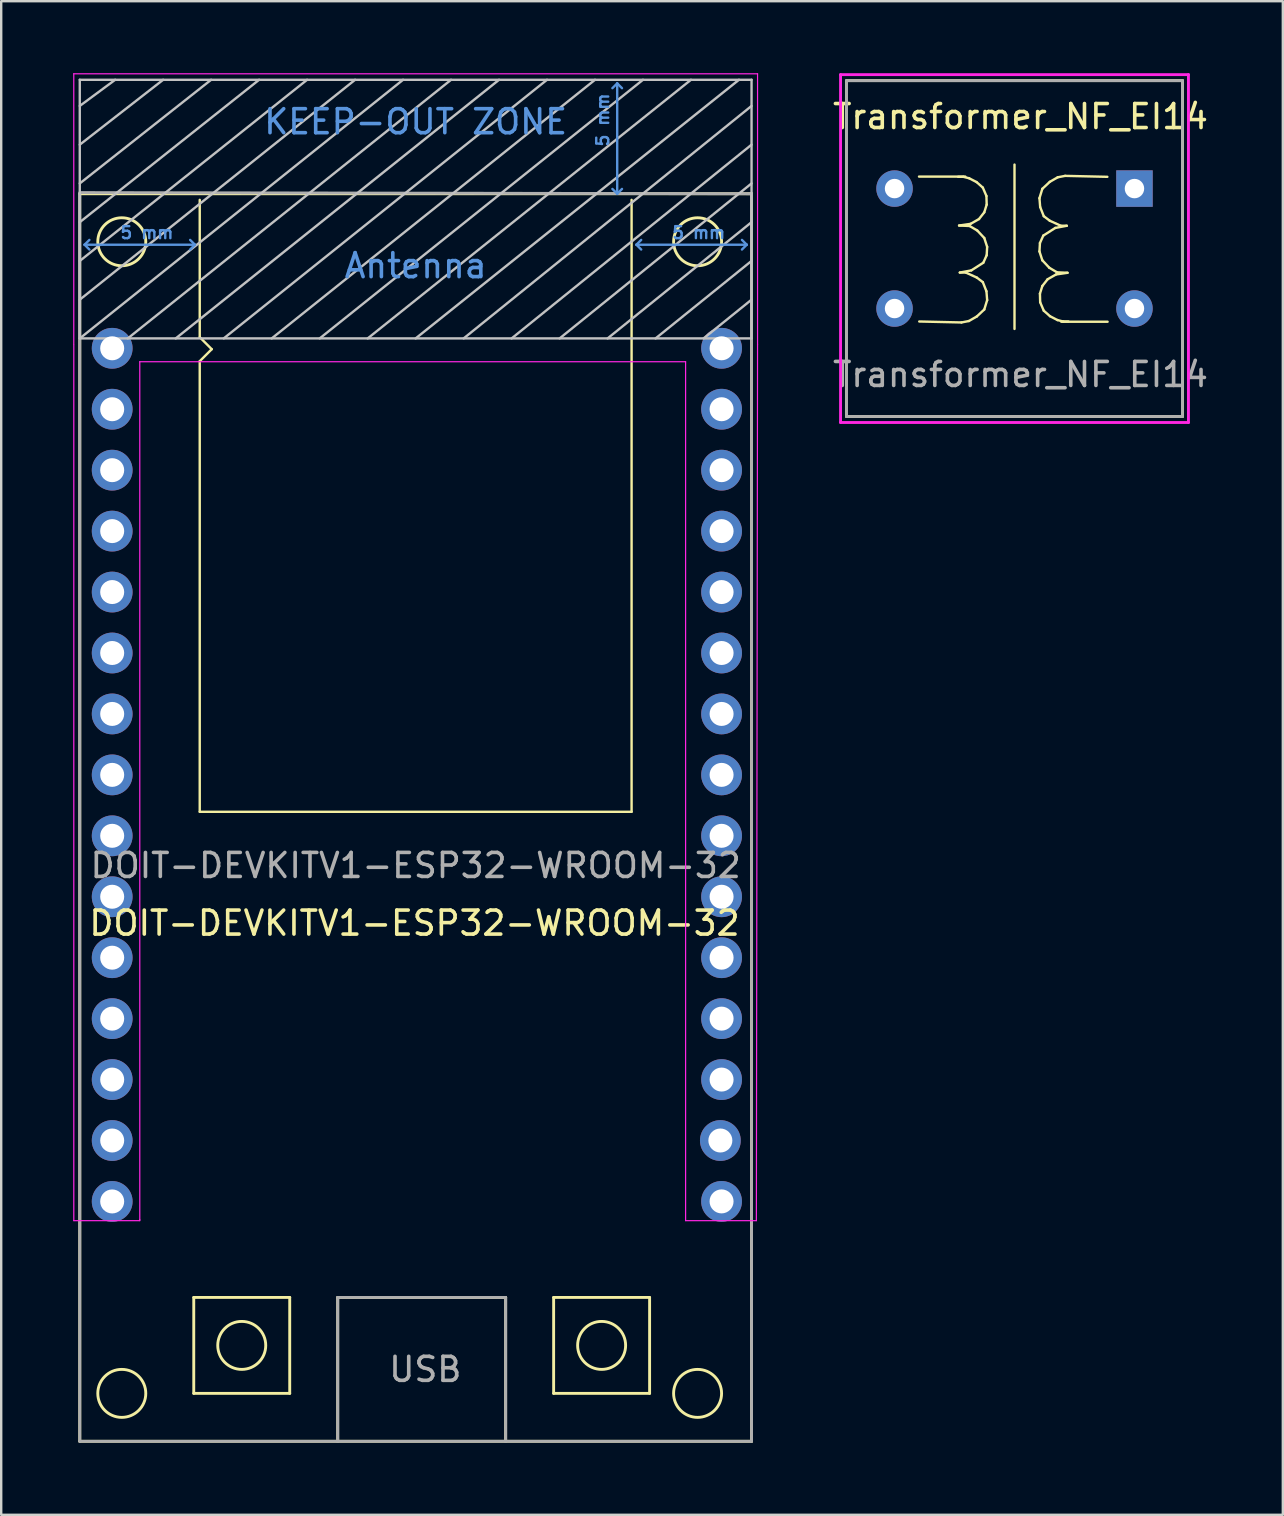
<source format=kicad_pcb>
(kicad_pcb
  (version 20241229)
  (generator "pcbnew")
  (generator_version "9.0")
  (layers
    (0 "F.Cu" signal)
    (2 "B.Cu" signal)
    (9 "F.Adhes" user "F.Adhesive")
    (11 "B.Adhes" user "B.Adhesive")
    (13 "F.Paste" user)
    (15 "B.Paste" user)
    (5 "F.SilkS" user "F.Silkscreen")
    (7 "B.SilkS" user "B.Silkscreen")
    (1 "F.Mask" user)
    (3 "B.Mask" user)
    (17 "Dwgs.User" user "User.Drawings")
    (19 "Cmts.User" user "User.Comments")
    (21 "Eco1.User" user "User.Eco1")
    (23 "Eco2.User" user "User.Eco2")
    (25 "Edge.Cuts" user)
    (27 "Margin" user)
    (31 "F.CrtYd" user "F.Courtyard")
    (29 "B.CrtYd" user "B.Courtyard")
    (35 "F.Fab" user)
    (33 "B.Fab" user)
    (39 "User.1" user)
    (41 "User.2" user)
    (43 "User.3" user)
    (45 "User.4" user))
  (footprint "Transformer_NF_EI14"
    (layer "F.Cu")
    (at 44.235 4.81)
    (property "Reference" "Transformer_NF_EI14" (at -4.75 -3 0) (layer "F.SilkS") (effects (font (size 1 1) (thickness 0.15))))
    (attr through_hole)
    (fp_line (start -12 -4.5) (end 2 -4.5) (stroke (width 0.12) (type solid)) (layer "F.SilkS"))
    (fp_line (start -12 9.5) (end -12 -4.5) (stroke (width 0.12) (type solid)) (layer "F.SilkS"))
    (fp_line (start -8.97 5.54) (end -7.21 5.58) (stroke (width 0.1) (type solid)) (layer "F.SilkS"))
    (fp_line (start -7.31 1.54) (end -6.83 1.47) (stroke (width 0.1) (type solid)) (layer "F.SilkS"))
    (fp_line (start -7.28 3.5) (end -6.8 3.41) (stroke (width 0.1) (type solid)) (layer "F.SilkS"))
    (fp_line (start -7.21 5.58) (end -6.9 5.52) (stroke (width 0.1) (type solid)) (layer "F.SilkS"))
    (fp_line (start -7.13 -0.49) (end -7.35 -0.49) (stroke (width 0.1) (type solid)) (layer "F.SilkS"))
    (fp_line (start -7.05 -0.5) (end -8.98 -0.5) (stroke (width 0.1) (type solid)) (layer "F.SilkS"))
    (fp_line (start -7.03 3.5) (end -7.28 3.5) (stroke (width 0.1) (type solid)) (layer "F.SilkS"))
    (fp_line (start -6.9 5.52) (end -6.57 5.33) (stroke (width 0.1) (type solid)) (layer "F.SilkS"))
    (fp_line (start -6.89 -0.43) (end -7.13 -0.49) (stroke (width 0.1) (type solid)) (layer "F.SilkS"))
    (fp_line (start -6.87 1.56) (end -7.31 1.54) (stroke (width 0.1) (type solid)) (layer "F.SilkS"))
    (fp_line (start -6.83 1.47) (end -6.48 1.27) (stroke (width 0.1) (type solid)) (layer "F.SilkS"))
    (fp_line (start -6.8 3.41) (end -6.3 3.09) (stroke (width 0.1) (type solid)) (layer "F.SilkS"))
    (fp_line (start -6.58 -0.27) (end -6.89 -0.43) (stroke (width 0.1) (type solid)) (layer "F.SilkS"))
    (fp_line (start -6.57 3.71) (end -7.03 3.5) (stroke (width 0.1) (type solid)) (layer "F.SilkS"))
    (fp_line (start -6.57 5.33) (end -6.26 5.04) (stroke (width 0.1) (type solid)) (layer "F.SilkS"))
    (fp_line (start -6.55 1.75) (end -6.87 1.56) (stroke (width 0.1) (type solid)) (layer "F.SilkS"))
    (fp_line (start -6.48 1.27) (end -6.26 0.99) (stroke (width 0.1) (type solid)) (layer "F.SilkS"))
    (fp_line (start -6.32 -0.04) (end -6.58 -0.27) (stroke (width 0.1) (type solid)) (layer "F.SilkS"))
    (fp_line (start -6.32 3.9) (end -6.57 3.71) (stroke (width 0.1) (type solid)) (layer "F.SilkS"))
    (fp_line (start -6.3 3.09) (end -6.16 2.78) (stroke (width 0.1) (type solid)) (layer "F.SilkS"))
    (fp_line (start -6.26 0.99) (end -6.16 0.67) (stroke (width 0.1) (type solid)) (layer "F.SilkS"))
    (fp_line (start -6.26 2.06) (end -6.55 1.75) (stroke (width 0.1) (type solid)) (layer "F.SilkS"))
    (fp_line (start -6.26 5.04) (end -6.14 4.65) (stroke (width 0.1) (type solid)) (layer "F.SilkS"))
    (fp_line (start -6.17 0.31) (end -6.32 -0.04) (stroke (width 0.1) (type solid)) (layer "F.SilkS"))
    (fp_line (start -6.17 4.28) (end -6.32 3.9) (stroke (width 0.1) (type solid)) (layer "F.SilkS"))
    (fp_line (start -6.16 0.67) (end -6.17 0.31) (stroke (width 0.1) (type solid)) (layer "F.SilkS"))
    (fp_line (start -6.16 2.78) (end -6.14 2.43) (stroke (width 0.1) (type solid)) (layer "F.SilkS"))
    (fp_line (start -6.14 2.43) (end -6.26 2.06) (stroke (width 0.1) (type solid)) (layer "F.SilkS"))
    (fp_line (start -6.14 4.65) (end -6.17 4.28) (stroke (width 0.1) (type solid)) (layer "F.SilkS"))
    (fp_line (start -5 -1) (end -5 5.85) (stroke (width 0.1) (type solid)) (layer "F.SilkS"))
    (fp_line (start -3.96 0.4) (end -3.93 0.77) (stroke (width 0.1) (type solid)) (layer "F.SilkS"))
    (fp_line (start -3.96 2.62) (end -3.84 2.99) (stroke (width 0.1) (type solid)) (layer "F.SilkS"))
    (fp_line (start -3.94 2.27) (end -3.96 2.62) (stroke (width 0.1) (type solid)) (layer "F.SilkS"))
    (fp_line (start -3.94 4.38) (end -3.93 4.74) (stroke (width 0.1) (type solid)) (layer "F.SilkS"))
    (fp_line (start -3.93 0.77) (end -3.78 1.15) (stroke (width 0.1) (type solid)) (layer "F.SilkS"))
    (fp_line (start -3.93 4.74) (end -3.78 5.09) (stroke (width 0.1) (type solid)) (layer "F.SilkS"))
    (fp_line (start -3.84 0.01) (end -3.96 0.4) (stroke (width 0.1) (type solid)) (layer "F.SilkS"))
    (fp_line (start -3.84 2.99) (end -3.55 3.3) (stroke (width 0.1) (type solid)) (layer "F.SilkS"))
    (fp_line (start -3.84 4.06) (end -3.94 4.38) (stroke (width 0.1) (type solid)) (layer "F.SilkS"))
    (fp_line (start -3.8 1.96) (end -3.94 2.27) (stroke (width 0.1) (type solid)) (layer "F.SilkS"))
    (fp_line (start -3.78 1.15) (end -3.53 1.34) (stroke (width 0.1) (type solid)) (layer "F.SilkS"))
    (fp_line (start -3.78 5.09) (end -3.52 5.32) (stroke (width 0.1) (type solid)) (layer "F.SilkS"))
    (fp_line (start -3.62 3.78) (end -3.84 4.06) (stroke (width 0.1) (type solid)) (layer "F.SilkS"))
    (fp_line (start -3.55 3.3) (end -3.23 3.49) (stroke (width 0.1) (type solid)) (layer "F.SilkS"))
    (fp_line (start -3.53 -0.28) (end -3.84 0.01) (stroke (width 0.1) (type solid)) (layer "F.SilkS"))
    (fp_line (start -3.53 1.34) (end -3.07 1.55) (stroke (width 0.1) (type solid)) (layer "F.SilkS"))
    (fp_line (start -3.52 5.32) (end -3.21 5.48) (stroke (width 0.1) (type solid)) (layer "F.SilkS"))
    (fp_line (start -3.3 1.64) (end -3.8 1.96) (stroke (width 0.1) (type solid)) (layer "F.SilkS"))
    (fp_line (start -3.27 3.58) (end -3.62 3.78) (stroke (width 0.1) (type solid)) (layer "F.SilkS"))
    (fp_line (start -3.23 3.49) (end -2.79 3.51) (stroke (width 0.1) (type solid)) (layer "F.SilkS"))
    (fp_line (start -3.21 5.48) (end -2.97 5.54) (stroke (width 0.1) (type solid)) (layer "F.SilkS"))
    (fp_line (start -3.2 -0.47) (end -3.53 -0.28) (stroke (width 0.1) (type solid)) (layer "F.SilkS"))
    (fp_line (start -3.07 1.55) (end -2.82 1.55) (stroke (width 0.1) (type solid)) (layer "F.SilkS"))
    (fp_line (start -3.05 5.55) (end -1.12 5.55) (stroke (width 0.1) (type solid)) (layer "F.SilkS"))
    (fp_line (start -2.97 5.54) (end -2.75 5.54) (stroke (width 0.1) (type solid)) (layer "F.SilkS"))
    (fp_line (start -2.89 -0.53) (end -3.2 -0.47) (stroke (width 0.1) (type solid)) (layer "F.SilkS"))
    (fp_line (start -2.82 1.55) (end -3.3 1.64) (stroke (width 0.1) (type solid)) (layer "F.SilkS"))
    (fp_line (start -2.79 3.51) (end -3.27 3.58) (stroke (width 0.1) (type solid)) (layer "F.SilkS"))
    (fp_line (start -1.13 -0.49) (end -2.89 -0.53) (stroke (width 0.1) (type solid)) (layer "F.SilkS"))
    (fp_line (start 2 -4.5) (end 2 9.5) (stroke (width 0.12) (type solid)) (layer "F.SilkS"))
    (fp_line (start 2 9.5) (end -12 9.5) (stroke (width 0.12) (type solid)) (layer "F.SilkS"))
    (fp_line (start -12.25 -4.75) (end 2.25 -4.75) (stroke (width 0.12) (type solid)) (layer "F.CrtYd"))
    (fp_line (start -12.25 9.75) (end -12.25 -4.75) (stroke (width 0.12) (type solid)) (layer "F.CrtYd"))
    (fp_line (start 2.25 -4.75) (end 2.25 9.75) (stroke (width 0.12) (type solid)) (layer "F.CrtYd"))
    (fp_line (start 2.25 9.75) (end -12.25 9.75) (stroke (width 0.12) (type solid)) (layer "F.CrtYd"))
    (fp_line (start -12 -4.5) (end 2 -4.5) (stroke (width 0.12) (type solid)) (layer "F.Fab"))
    (fp_line (start -12 9.5) (end -12 -4.5) (stroke (width 0.12) (type solid)) (layer "F.Fab"))
    (fp_line (start 2 -4.5) (end 2 9.5) (stroke (width 0.12) (type solid)) (layer "F.Fab"))
    (fp_line (start 2 9.5) (end -12 9.5) (stroke (width 0.12) (type solid)) (layer "F.Fab"))
    (fp_text user "${REFERENCE}" (at -4.75 7.75 0) (layer "F.Fab") (effects (font (size 1 1) (thickness 0.15))))
    (pad "1" thru_hole rect (at 0 0) (size 1.52 1.52) (drill 0.81) (layers "*.Cu" "*.Mask"))
    (pad "2" thru_hole circle (at 0 5) (size 1.52 1.52) (drill 0.81) (layers "*.Cu" "*.Mask"))
    (pad "3" thru_hole circle (at -10 5) (size 1.52 1.52) (drill 0.81) (layers "*.Cu" "*.Mask"))
    (pad "4" thru_hole circle (at -10 0) (size 1.52 1.52) (drill 0.81) (layers "*.Cu" "*.Mask")))
  (footprint "DOIT-DEVKITV1-ESP32-WROOM-32"
    (layer "F.Cu")
    (at 14.275 31.025)
    (property "Reference" "DOIT-DEVKITV1-ESP32-WROOM-32" (at -0.049 4.402 180) (layer "F.SilkS") (effects (font (size 1 1) (thickness 0.15))))
    (attr smd)
    (fp_line (start -14 -26) (end 14 -26) (stroke (width 0.12) (type solid)) (layer "F.SilkS"))
    (fp_line (start -14 26) (end -14 -26) (stroke (width 0.12) (type solid)) (layer "F.SilkS"))
    (fp_line (start -9.249 20.002) (end -5.249 20.002) (stroke (width 0.12) (type solid)) (layer "F.SilkS"))
    (fp_line (start -9.249 24.002) (end -9.249 20.002) (stroke (width 0.12) (type solid)) (layer "F.SilkS"))
    (fp_line (start -9 -25.745) (end -9 -20.02) (stroke (width 0.1) (type solid)) (layer "F.SilkS"))
    (fp_line (start -9 -19.02) (end -9 -0.24) (stroke (width 0.1) (type solid)) (layer "F.SilkS"))
    (fp_line (start -9 -19.02) (end -8.5 -19.52) (stroke (width 0.1) (type solid)) (layer "F.SilkS"))
    (fp_line (start -9 -0.24) (end 9 -0.24) (stroke (width 0.1) (type solid)) (layer "F.SilkS"))
    (fp_line (start -8.5 -19.52) (end -9 -20.02) (stroke (width 0.1) (type solid)) (layer "F.SilkS"))
    (fp_line (start -5.249 20.002) (end -5.249 24.002) (stroke (width 0.12) (type solid)) (layer "F.SilkS"))
    (fp_line (start -5.249 24.002) (end -9.249 24.002) (stroke (width 0.12) (type solid)) (layer "F.SilkS"))
    (fp_line (start -3.249 20.002) (end 3.751 20.002) (stroke (width 0.12) (type solid)) (layer "F.SilkS"))
    (fp_line (start -3.249 26.002) (end -3.249 20.002) (stroke (width 0.12) (type solid)) (layer "F.SilkS"))
    (fp_line (start 3.751 20.002) (end 3.751 26.002) (stroke (width 0.12) (type solid)) (layer "F.SilkS"))
    (fp_line (start 5.751 20.002) (end 9.751 20.002) (stroke (width 0.12) (type solid)) (layer "F.SilkS"))
    (fp_line (start 5.751 24.002) (end 5.751 20.002) (stroke (width 0.12) (type solid)) (layer "F.SilkS"))
    (fp_line (start 9 -0.24) (end 9 -25.745) (stroke (width 0.1) (type solid)) (layer "F.SilkS"))
    (fp_line (start 9.751 20.002) (end 9.751 24.002) (stroke (width 0.12) (type solid)) (layer "F.SilkS"))
    (fp_line (start 9.751 24.002) (end 5.751 24.002) (stroke (width 0.12) (type solid)) (layer "F.SilkS"))
    (fp_line (start 14 -26) (end 14 26) (stroke (width 0.12) (type solid)) (layer "F.SilkS"))
    (fp_line (start 14 26) (end -14 26) (stroke (width 0.12) (type solid)) (layer "F.SilkS"))
    (fp_circle (center -12.249 -23.998) (end -11.249 -23.998) (stroke (width 0.12) (type solid)) (fill no) (layer "F.SilkS"))
    (fp_circle (center -12.249 24.002) (end -11.249 24.002) (stroke (width 0.12) (type solid)) (fill no) (layer "F.SilkS"))
    (fp_circle (center -7.249 22.002) (end -6.249 22.002) (stroke (width 0.12) (type solid)) (fill no) (layer "F.SilkS"))
    (fp_circle (center 7.751 22.002) (end 8.751 22.002) (stroke (width 0.12) (type solid)) (fill no) (layer "F.SilkS"))
    (fp_circle (center 11.751 -23.998) (end 12.751 -23.998) (stroke (width 0.12) (type solid)) (fill no) (layer "F.SilkS"))
    (fp_circle (center 11.751 24.002) (end 12.751 24.002) (stroke (width 0.12) (type solid)) (fill no) (layer "F.SilkS"))
    (fp_line (start -14 -19.97) (end -14 -30.75) (stroke (width 0.1) (type solid)) (layer "Dwgs.User"))
    (fp_line (start -12.525 -30.75) (end -14 -29.66) (stroke (width 0.1) (type solid)) (layer "Dwgs.User"))
    (fp_line (start -10.525 -30.75) (end -14 -28.045) (stroke (width 0.1) (type solid)) (layer "Dwgs.User"))
    (fp_line (start -8.525 -30.75) (end -14 -26.43) (stroke (width 0.1) (type solid)) (layer "Dwgs.User"))
    (fp_line (start -8 -19.97) (end 5.475 -30.75) (stroke (width 0.1) (type solid)) (layer "Dwgs.User"))
    (fp_line (start -6.525 -30.75) (end -14 -24.815) (stroke (width 0.1) (type solid)) (layer "Dwgs.User"))
    (fp_line (start -4.525 -30.75) (end -14 -23.2) (stroke (width 0.1) (type solid)) (layer "Dwgs.User"))
    (fp_line (start -2.525 -30.75) (end -14 -21.585) (stroke (width 0.1) (type solid)) (layer "Dwgs.User"))
    (fp_line (start -0.525 -30.75) (end -14 -19.97) (stroke (width 0.1) (type solid)) (layer "Dwgs.User"))
    (fp_line (start 1.475 -30.75) (end -12 -19.97) (stroke (width 0.1) (type solid)) (layer "Dwgs.User"))
    (fp_line (start 3.475 -30.75) (end -10 -19.97) (stroke (width 0.1) (type solid)) (layer "Dwgs.User"))
    (fp_line (start 7.475 -30.75) (end -6 -19.97) (stroke (width 0.1) (type solid)) (layer "Dwgs.User"))
    (fp_line (start 9.475 -30.75) (end -4 -19.97) (stroke (width 0.1) (type solid)) (layer "Dwgs.User"))
    (fp_line (start 11.475 -30.75) (end -2 -19.97) (stroke (width 0.1) (type solid)) (layer "Dwgs.User"))
    (fp_line (start 13.475 -30.75) (end 0 -19.97) (stroke (width 0.1) (type solid)) (layer "Dwgs.User"))
    (fp_line (start 14 -30.75) (end -14 -30.75) (stroke (width 0.1) (type solid)) (layer "Dwgs.User"))
    (fp_line (start 14 -29.66) (end 2 -19.97) (stroke (width 0.1) (type solid)) (layer "Dwgs.User"))
    (fp_line (start 14 -28.045) (end 4 -19.97) (stroke (width 0.1) (type solid)) (layer "Dwgs.User"))
    (fp_line (start 14 -26.43) (end 6 -19.97) (stroke (width 0.1) (type solid)) (layer "Dwgs.User"))
    (fp_line (start 14 -24.815) (end 8 -19.97) (stroke (width 0.1) (type solid)) (layer "Dwgs.User"))
    (fp_line (start 14 -23.2) (end 10 -19.97) (stroke (width 0.1) (type solid)) (layer "Dwgs.User"))
    (fp_line (start 14 -21.585) (end 12 -19.97) (stroke (width 0.1) (type solid)) (layer "Dwgs.User"))
    (fp_line (start 14 -19.97) (end -14 -19.97) (stroke (width 0.1) (type solid)) (layer "Dwgs.User"))
    (fp_line (start 14 -19.97) (end 14 -30.75) (stroke (width 0.1) (type solid)) (layer "Dwgs.User"))
    (fp_line (start -13.8 -23.875) (end -13.6 -24.075) (stroke (width 0.1) (type solid)) (layer "Cmts.User"))
    (fp_line (start -13.8 -23.875) (end -13.6 -23.675) (stroke (width 0.1) (type solid)) (layer "Cmts.User"))
    (fp_line (start -13.8 -23.875) (end -9.2 -23.875) (stroke (width 0.1) (type solid)) (layer "Cmts.User"))
    (fp_line (start -9.2 -23.875) (end -9.4 -24.075) (stroke (width 0.1) (type solid)) (layer "Cmts.User"))
    (fp_line (start -9.2 -23.875) (end -9.4 -23.675) (stroke (width 0.1) (type solid)) (layer "Cmts.User"))
    (fp_line (start 8.4 -30.6) (end 8.2 -30.4) (stroke (width 0.1) (type solid)) (layer "Cmts.User"))
    (fp_line (start 8.4 -30.6) (end 8.6 -30.4) (stroke (width 0.1) (type solid)) (layer "Cmts.User"))
    (fp_line (start 8.4 -26) (end 8.2 -26.2) (stroke (width 0.1) (type solid)) (layer "Cmts.User"))
    (fp_line (start 8.4 -26) (end 8.4 -30.6) (stroke (width 0.1) (type solid)) (layer "Cmts.User"))
    (fp_line (start 8.4 -26) (end 8.6 -26.2) (stroke (width 0.1) (type solid)) (layer "Cmts.User"))
    (fp_line (start 9.2 -23.875) (end 9.4 -24.075) (stroke (width 0.1) (type solid)) (layer "Cmts.User"))
    (fp_line (start 9.2 -23.875) (end 9.4 -23.675) (stroke (width 0.1) (type solid)) (layer "Cmts.User"))
    (fp_line (start 9.2 -23.875) (end 13.8 -23.875) (stroke (width 0.1) (type solid)) (layer "Cmts.User"))
    (fp_line (start 13.8 -23.875) (end 13.6 -24.075) (stroke (width 0.1) (type solid)) (layer "Cmts.User"))
    (fp_line (start 13.8 -23.875) (end 13.6 -23.675) (stroke (width 0.1) (type solid)) (layer "Cmts.User"))
    (fp_line (start -14.25 -31) (end -14.25 -19.72) (stroke (width 0.05) (type solid)) (layer "F.CrtYd"))
    (fp_line (start -14.25 -31) (end 14.25 -31) (stroke (width 0.05) (type solid)) (layer "F.CrtYd"))
    (fp_line (start -14.249 16.802) (end -14.249 -19.698) (stroke (width 0.05) (type solid)) (layer "F.CrtYd"))
    (fp_line (start -11.499 -18.998) (end -11.499 16.752) (stroke (width 0.05) (type solid)) (layer "F.CrtYd"))
    (fp_line (start -11.499 16.752) (end -11.499 16.802) (stroke (width 0.05) (type solid)) (layer "F.CrtYd"))
    (fp_line (start -11.499 16.802) (end -14.249 16.802) (stroke (width 0.05) (type solid)) (layer "F.CrtYd"))
    (fp_line (start 11.251 -18.998) (end -11.499 -18.998) (stroke (width 0.05) (type solid)) (layer "F.CrtYd"))
    (fp_line (start 11.251 16.802) (end 11.251 -18.998) (stroke (width 0.05) (type solid)) (layer "F.CrtYd"))
    (fp_line (start 14.201 16.802) (end 11.251 16.802) (stroke (width 0.05) (type solid)) (layer "F.CrtYd"))
    (fp_line (start 14.25 -31) (end 14.25 -19.72) (stroke (width 0.05) (type solid)) (layer "F.CrtYd"))
    (fp_line (start 14.25 -19.72) (end 14.201 16.802) (stroke (width 0.05) (type solid)) (layer "F.CrtYd"))
    (fp_line (start -14 26) (end -14 -26) (stroke (width 0.12) (type solid)) (layer "F.Fab"))
    (fp_line (start -3.249 20.002) (end 3.751 20.002) (stroke (width 0.12) (type solid)) (layer "F.Fab"))
    (fp_line (start -3.249 26.002) (end -3.249 20.002) (stroke (width 0.12) (type solid)) (layer "F.Fab"))
    (fp_line (start 3.751 20.002) (end 3.751 26.002) (stroke (width 0.12) (type solid)) (layer "F.Fab"))
    (fp_line (start 14 -26) (end -13.999 -26.048) (stroke (width 0.12) (type solid)) (layer "F.Fab"))
    (fp_line (start 14 -26) (end 14 26) (stroke (width 0.12) (type solid)) (layer "F.Fab"))
    (fp_line (start 14 26) (end -14 26) (stroke (width 0.12) (type solid)) (layer "F.Fab"))
    (fp_text user "5 mm" (at -11.2 -24.375 0) (layer "Cmts.User") (effects (font (size 0.5 0.5) (thickness 0.1))))
    (fp_text user "5 mm" (at 7.8 -29.075 90) (layer "Cmts.User") (effects (font (size 0.5 0.5) (thickness 0.1))))
    (fp_text user "5 mm" (at 11.8 -24.375 0) (layer "Cmts.User") (effects (font (size 0.5 0.5) (thickness 0.1))))
    (fp_text user "Antenna" (at 0 -23 0) (layer "Cmts.User") (effects (font (size 1 1) (thickness 0.15))))
    (fp_text user "KEEP-OUT ZONE" (at 0 -29 0) (layer "Cmts.User") (effects (font (size 1 1) (thickness 0.15))))
    (fp_text user "USB" (at 0.401 23.002 0) (layer "F.Fab") (effects (font (size 1 1) (thickness 0.15))))
    (fp_text user "${REFERENCE}" (at 0 2 0) (layer "F.Fab") (effects (font (size 1 1) (thickness 0.15))))
    (pad "1" thru_hole oval (at 12.75 16) (size 1.7 1.7) (drill 1) (layers "*.Cu" "*.Mask"))
    (pad "2" thru_hole oval (at 12.7 13.462) (size 1.7 1.7) (drill 1) (layers "*.Cu" "*.Mask"))
    (pad "3" thru_hole oval (at 12.751 10.922) (size 1.7 1.7) (drill 1) (layers "*.Cu" "*.Mask"))
    (pad "4" thru_hole oval (at 12.751 8.382) (size 1.7 1.7) (drill 1) (layers "*.Cu" "*.Mask"))
    (pad "5" thru_hole oval (at 12.751 5.842) (size 1.7 1.7) (drill 1) (layers "*.Cu" "*.Mask"))
    (pad "6" thru_hole oval (at 12.751 3.302) (size 1.7 1.7) (drill 1) (layers "*.Cu" "*.Mask"))
    (pad "7" thru_hole oval (at 12.751 0.762) (size 1.7 1.7) (drill 1) (layers "*.Cu" "*.Mask"))
    (pad "8" thru_hole oval (at 12.751 -1.778) (size 1.7 1.7) (drill 1) (layers "*.Cu" "*.Mask"))
    (pad "9" thru_hole oval (at 12.751 -4.318) (size 1.7 1.7) (drill 1) (layers "*.Cu" "*.Mask"))
    (pad "10" thru_hole oval (at 12.751 -6.858) (size 1.7 1.7) (drill 1) (layers "*.Cu" "*.Mask"))
    (pad "11" thru_hole oval (at 12.751 -9.398) (size 1.7 1.7) (drill 1) (layers "*.Cu" "*.Mask"))
    (pad "12" thru_hole oval (at 12.751 -11.938) (size 1.7 1.7) (drill 1) (layers "*.Cu" "*.Mask"))
    (pad "13" thru_hole oval (at 12.751 -14.478) (size 1.7 1.7) (drill 1) (layers "*.Cu" "*.Mask"))
    (pad "14" thru_hole oval (at 12.751 -17.018) (size 1.7 1.7) (drill 1) (layers "*.Cu" "*.Mask"))
    (pad "15" thru_hole oval (at 12.751 -19.558) (size 1.7 1.7) (drill 1) (layers "*.Cu" "*.Mask"))
    (pad "16" thru_hole oval (at -12.649 -19.558) (size 1.7 1.7) (drill 1) (layers "*.Cu" "*.Mask"))
    (pad "17" thru_hole oval (at -12.649 -17.018) (size 1.7 1.7) (drill 1) (layers "*.Cu" "*.Mask"))
    (pad "18" thru_hole oval (at -12.649 -14.478) (size 1.7 1.7) (drill 1) (layers "*.Cu" "*.Mask"))
    (pad "19" thru_hole oval (at -12.649 -11.938) (size 1.7 1.7) (drill 1) (layers "*.Cu" "*.Mask"))
    (pad "20" thru_hole oval (at -12.649 -9.398) (size 1.7 1.7) (drill 1) (layers "*.Cu" "*.Mask"))
    (pad "21" thru_hole oval (at -12.649 -6.858) (size 1.7 1.7) (drill 1) (layers "*.Cu" "*.Mask"))
    (pad "22" thru_hole oval (at -12.649 -4.318) (size 1.7 1.7) (drill 1) (layers "*.Cu" "*.Mask"))
    (pad "23" thru_hole oval (at -12.649 -1.778) (size 1.7 1.7) (drill 1) (layers "*.Cu" "*.Mask"))
    (pad "24" thru_hole oval (at -12.649 0.762) (size 1.7 1.7) (drill 1) (layers "*.Cu" "*.Mask"))
    (pad "25" thru_hole oval (at -12.649 3.302) (size 1.7 1.7) (drill 1) (layers "*.Cu" "*.Mask"))
    (pad "26" thru_hole oval (at -12.649 5.842) (size 1.7 1.7) (drill 1) (layers "*.Cu" "*.Mask"))
    (pad "27" thru_hole oval (at -12.649 8.382) (size 1.7 1.7) (drill 1) (layers "*.Cu" "*.Mask"))
    (pad "28" thru_hole oval (at -12.649 10.922) (size 1.7 1.7) (drill 1) (layers "*.Cu" "*.Mask"))
    (pad "29" thru_hole oval (at -12.649 13.462) (size 1.7 1.7) (drill 1) (layers "*.Cu" "*.Mask"))
    (pad "30" thru_hole oval (at -12.649 16.002) (size 1.7 1.7) (drill 1) (layers "*.Cu" "*.Mask")))
  (gr_rect
    (start -3 -3)
    (end 50.419 60.087)
    (stroke (width 0.1) (type default))
    (fill no)
    (layer "Edge.Cuts")))
</source>
